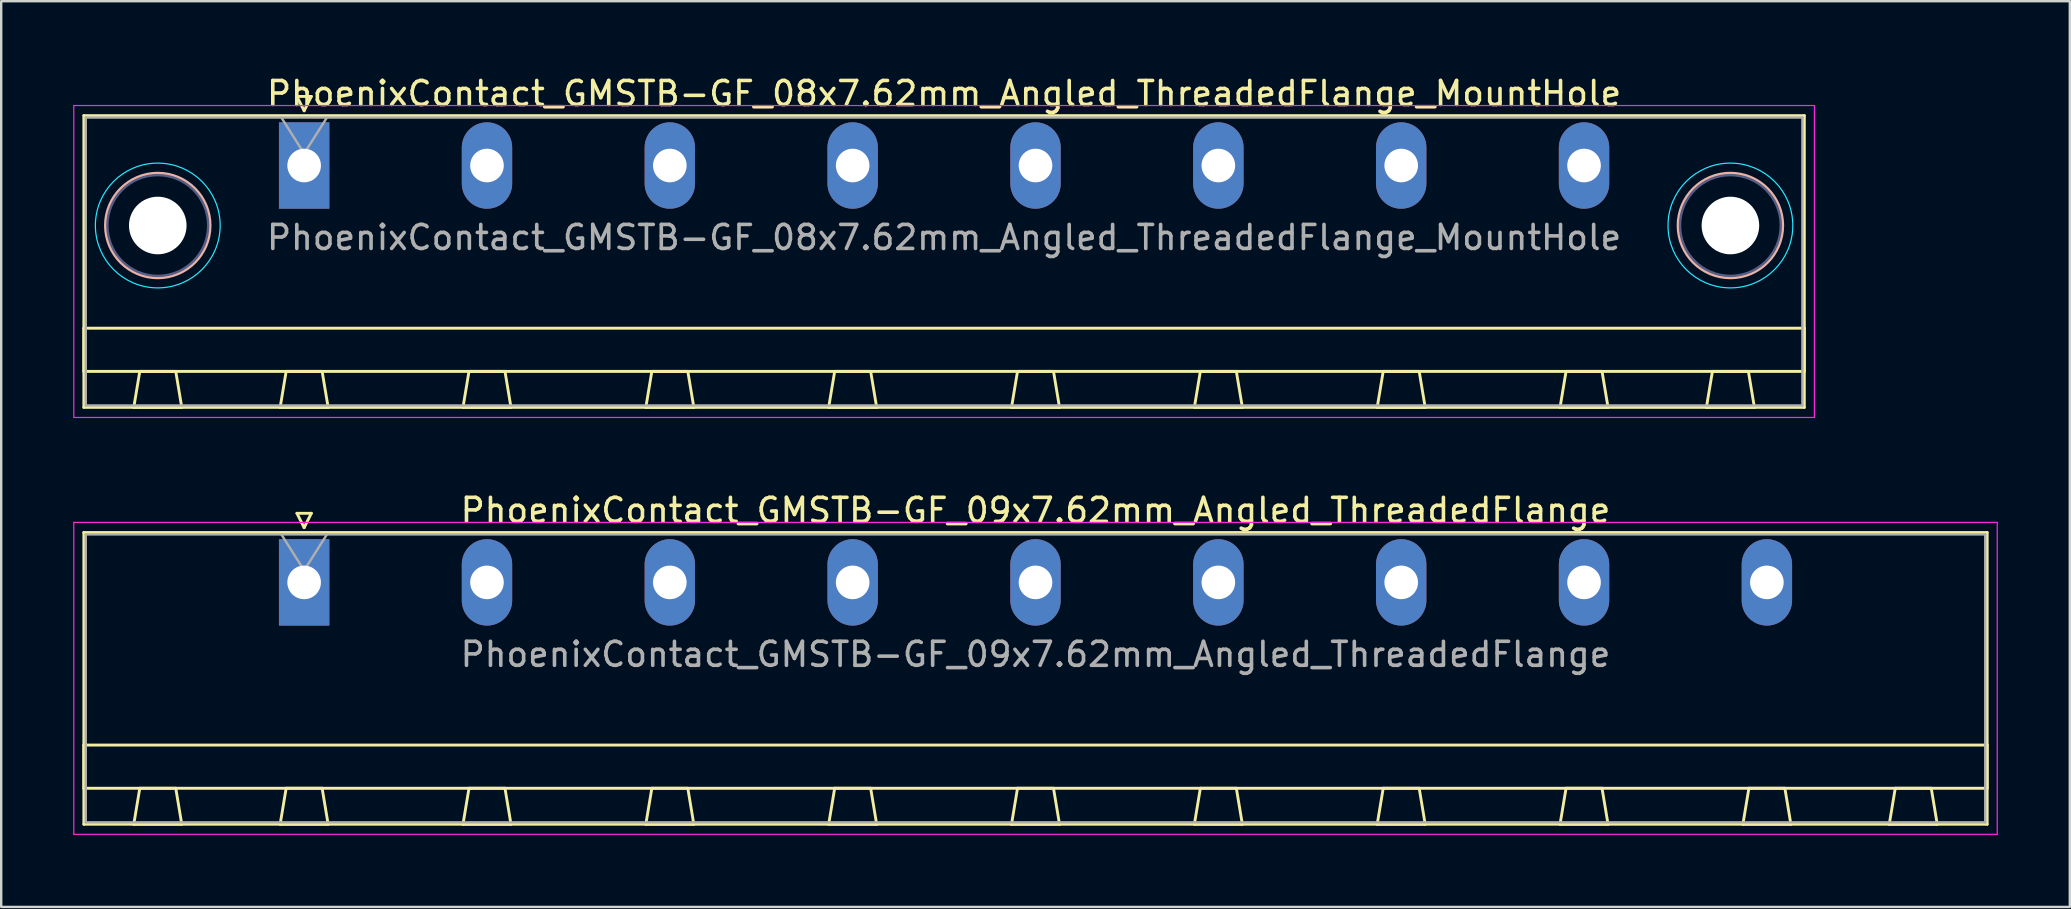
<source format=kicad_pcb>
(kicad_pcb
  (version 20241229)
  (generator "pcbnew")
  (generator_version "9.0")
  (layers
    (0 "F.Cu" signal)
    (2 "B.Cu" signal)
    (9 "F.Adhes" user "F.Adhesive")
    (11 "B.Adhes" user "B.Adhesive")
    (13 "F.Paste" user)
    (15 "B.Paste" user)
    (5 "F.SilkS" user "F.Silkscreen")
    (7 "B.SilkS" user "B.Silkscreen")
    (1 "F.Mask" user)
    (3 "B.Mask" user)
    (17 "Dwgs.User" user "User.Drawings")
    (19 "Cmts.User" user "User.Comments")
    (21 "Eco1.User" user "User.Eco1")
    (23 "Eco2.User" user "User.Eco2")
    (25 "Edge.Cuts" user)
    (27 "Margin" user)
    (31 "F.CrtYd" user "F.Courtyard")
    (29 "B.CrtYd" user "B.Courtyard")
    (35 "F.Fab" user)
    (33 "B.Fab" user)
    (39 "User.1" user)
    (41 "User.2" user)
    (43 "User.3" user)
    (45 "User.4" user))
  (footprint "PhoenixContact_GMSTB-GF_08x7.62mm_Angled_ThreadedFlange_MountHole"
    (layer "F.Cu")
    (at 9.625 3.848)
    (property "Reference" "PhoenixContact_GMSTB-GF_08x7.62mm_Angled_ThreadedFlange_MountHole" (at 26.67 -3 0) (layer "F.SilkS") (effects (font (size 1 1) (thickness 0.15))))
    (attr through_hole)
    (fp_line (start -9.18 -2.08) (end -9.18 10.08) (stroke (width 0.12) (type solid)) (layer "F.SilkS"))
    (fp_line (start -9.18 6.78) (end 62.52 6.78) (stroke (width 0.12) (type solid)) (layer "F.SilkS"))
    (fp_line (start -9.18 8.58) (end -9.18 6.78) (stroke (width 0.12) (type solid)) (layer "F.SilkS"))
    (fp_line (start -9.18 10.08) (end 62.52 10.08) (stroke (width 0.12) (type solid)) (layer "F.SilkS"))
    (fp_line (start -7.1 10.08) (end -5.1 10.08) (stroke (width 0.12) (type solid)) (layer "F.SilkS"))
    (fp_line (start -6.85 8.58) (end -7.1 10.08) (stroke (width 0.12) (type solid)) (layer "F.SilkS"))
    (fp_line (start -5.35 8.58) (end -6.85 8.58) (stroke (width 0.12) (type solid)) (layer "F.SilkS"))
    (fp_line (start -5.1 10.08) (end -5.35 8.58) (stroke (width 0.12) (type solid)) (layer "F.SilkS"))
    (fp_line (start -1 10.08) (end 1 10.08) (stroke (width 0.12) (type solid)) (layer "F.SilkS"))
    (fp_line (start -0.75 8.58) (end -1 10.08) (stroke (width 0.12) (type solid)) (layer "F.SilkS"))
    (fp_line (start -0.3 -2.88) (end 0.3 -2.88) (stroke (width 0.12) (type solid)) (layer "F.SilkS"))
    (fp_line (start 0 -2.28) (end -0.3 -2.88) (stroke (width 0.12) (type solid)) (layer "F.SilkS"))
    (fp_line (start 0.3 -2.88) (end 0 -2.28) (stroke (width 0.12) (type solid)) (layer "F.SilkS"))
    (fp_line (start 0.75 8.58) (end -0.75 8.58) (stroke (width 0.12) (type solid)) (layer "F.SilkS"))
    (fp_line (start 1 10.08) (end 0.75 8.58) (stroke (width 0.12) (type solid)) (layer "F.SilkS"))
    (fp_line (start 6.62 10.08) (end 8.62 10.08) (stroke (width 0.12) (type solid)) (layer "F.SilkS"))
    (fp_line (start 6.87 8.58) (end 6.62 10.08) (stroke (width 0.12) (type solid)) (layer "F.SilkS"))
    (fp_line (start 8.37 8.58) (end 6.87 8.58) (stroke (width 0.12) (type solid)) (layer "F.SilkS"))
    (fp_line (start 8.62 10.08) (end 8.37 8.58) (stroke (width 0.12) (type solid)) (layer "F.SilkS"))
    (fp_line (start 14.24 10.08) (end 16.24 10.08) (stroke (width 0.12) (type solid)) (layer "F.SilkS"))
    (fp_line (start 14.49 8.58) (end 14.24 10.08) (stroke (width 0.12) (type solid)) (layer "F.SilkS"))
    (fp_line (start 15.99 8.58) (end 14.49 8.58) (stroke (width 0.12) (type solid)) (layer "F.SilkS"))
    (fp_line (start 16.24 10.08) (end 15.99 8.58) (stroke (width 0.12) (type solid)) (layer "F.SilkS"))
    (fp_line (start 21.86 10.08) (end 23.86 10.08) (stroke (width 0.12) (type solid)) (layer "F.SilkS"))
    (fp_line (start 22.11 8.58) (end 21.86 10.08) (stroke (width 0.12) (type solid)) (layer "F.SilkS"))
    (fp_line (start 23.61 8.58) (end 22.11 8.58) (stroke (width 0.12) (type solid)) (layer "F.SilkS"))
    (fp_line (start 23.86 10.08) (end 23.61 8.58) (stroke (width 0.12) (type solid)) (layer "F.SilkS"))
    (fp_line (start 29.48 10.08) (end 31.48 10.08) (stroke (width 0.12) (type solid)) (layer "F.SilkS"))
    (fp_line (start 29.73 8.58) (end 29.48 10.08) (stroke (width 0.12) (type solid)) (layer "F.SilkS"))
    (fp_line (start 31.23 8.58) (end 29.73 8.58) (stroke (width 0.12) (type solid)) (layer "F.SilkS"))
    (fp_line (start 31.48 10.08) (end 31.23 8.58) (stroke (width 0.12) (type solid)) (layer "F.SilkS"))
    (fp_line (start 37.1 10.08) (end 39.1 10.08) (stroke (width 0.12) (type solid)) (layer "F.SilkS"))
    (fp_line (start 37.35 8.58) (end 37.1 10.08) (stroke (width 0.12) (type solid)) (layer "F.SilkS"))
    (fp_line (start 38.85 8.58) (end 37.35 8.58) (stroke (width 0.12) (type solid)) (layer "F.SilkS"))
    (fp_line (start 39.1 10.08) (end 38.85 8.58) (stroke (width 0.12) (type solid)) (layer "F.SilkS"))
    (fp_line (start 44.72 10.08) (end 46.72 10.08) (stroke (width 0.12) (type solid)) (layer "F.SilkS"))
    (fp_line (start 44.97 8.58) (end 44.72 10.08) (stroke (width 0.12) (type solid)) (layer "F.SilkS"))
    (fp_line (start 46.47 8.58) (end 44.97 8.58) (stroke (width 0.12) (type solid)) (layer "F.SilkS"))
    (fp_line (start 46.72 10.08) (end 46.47 8.58) (stroke (width 0.12) (type solid)) (layer "F.SilkS"))
    (fp_line (start 52.34 10.08) (end 54.34 10.08) (stroke (width 0.12) (type solid)) (layer "F.SilkS"))
    (fp_line (start 52.59 8.58) (end 52.34 10.08) (stroke (width 0.12) (type solid)) (layer "F.SilkS"))
    (fp_line (start 54.09 8.58) (end 52.59 8.58) (stroke (width 0.12) (type solid)) (layer "F.SilkS"))
    (fp_line (start 54.34 10.08) (end 54.09 8.58) (stroke (width 0.12) (type solid)) (layer "F.SilkS"))
    (fp_line (start 58.44 10.08) (end 60.44 10.08) (stroke (width 0.12) (type solid)) (layer "F.SilkS"))
    (fp_line (start 58.69 8.58) (end 58.44 10.08) (stroke (width 0.12) (type solid)) (layer "F.SilkS"))
    (fp_line (start 60.19 8.58) (end 58.69 8.58) (stroke (width 0.12) (type solid)) (layer "F.SilkS"))
    (fp_line (start 60.44 10.08) (end 60.19 8.58) (stroke (width 0.12) (type solid)) (layer "F.SilkS"))
    (fp_line (start 62.52 -2.08) (end -9.18 -2.08) (stroke (width 0.12) (type solid)) (layer "F.SilkS"))
    (fp_line (start 62.52 6.78) (end 62.52 8.58) (stroke (width 0.12) (type solid)) (layer "F.SilkS"))
    (fp_line (start 62.52 8.58) (end -9.18 8.58) (stroke (width 0.12) (type solid)) (layer "F.SilkS"))
    (fp_line (start 62.52 10.08) (end 62.52 -2.08) (stroke (width 0.12) (type solid)) (layer "F.SilkS"))
    (fp_circle (center -6.1 2.5) (end -3.92 2.5) (stroke (width 0.12) (type solid)) (fill no) (layer "B.SilkS"))
    (fp_circle (center 59.44 2.5) (end 61.62 2.5) (stroke (width 0.12) (type solid)) (fill no) (layer "B.SilkS"))
    (fp_circle (center -6.1 2.5) (end -3.5 2.5) (stroke (width 0.05) (type solid)) (fill no) (layer "B.CrtYd"))
    (fp_circle (center 59.44 2.5) (end 62.04 2.5) (stroke (width 0.05) (type solid)) (fill no) (layer "B.CrtYd"))
    (fp_line (start -9.6 -2.5) (end -9.6 10.5) (stroke (width 0.05) (type solid)) (layer "F.CrtYd"))
    (fp_line (start -9.6 10.5) (end 62.94 10.5) (stroke (width 0.05) (type solid)) (layer "F.CrtYd"))
    (fp_line (start 62.94 -2.5) (end -9.6 -2.5) (stroke (width 0.05) (type solid)) (layer "F.CrtYd"))
    (fp_line (start 62.94 10.5) (end 62.94 -2.5) (stroke (width 0.05) (type solid)) (layer "F.CrtYd"))
    (fp_circle (center -6.1 2.5) (end -4 2.5) (stroke (width 0.1) (type solid)) (fill no) (layer "B.Fab"))
    (fp_circle (center 59.44 2.5) (end 61.54 2.5) (stroke (width 0.1) (type solid)) (fill no) (layer "B.Fab"))
    (fp_line (start -9.1 -2) (end -9.1 10) (stroke (width 0.1) (type solid)) (layer "F.Fab"))
    (fp_line (start -9.1 10) (end 62.44 10) (stroke (width 0.1) (type solid)) (layer "F.Fab"))
    (fp_line (start 0 -0.5) (end -0.95 -2) (stroke (width 0.1) (type solid)) (layer "F.Fab"))
    (fp_line (start 0.95 -2) (end 0 -0.5) (stroke (width 0.1) (type solid)) (layer "F.Fab"))
    (fp_line (start 62.44 -2) (end -9.1 -2) (stroke (width 0.1) (type solid)) (layer "F.Fab"))
    (fp_line (start 62.44 10) (end 62.44 -2) (stroke (width 0.1) (type solid)) (layer "F.Fab"))
    (fp_text user "${REFERENCE}" (at 26.67 3 0) (layer "F.Fab") (effects (font (size 1 1) (thickness 0.15))))
    (pad "" np_thru_hole circle (at -6.1 2.5) (size 2.4 2.4) (drill 2.4) (layers "*.Cu" "*.Mask"))
    (pad "" np_thru_hole circle (at 59.44 2.5) (size 2.4 2.4) (drill 2.4) (layers "*.Cu" "*.Mask"))
    (pad "1" thru_hole rect (at 0 0) (size 2.1 3.6) (drill 1.4) (layers "*.Cu" "*.Mask"))
    (pad "2" thru_hole oval (at 7.62 0) (size 2.1 3.6) (drill 1.4) (layers "*.Cu" "*.Mask"))
    (pad "3" thru_hole oval (at 15.24 0) (size 2.1 3.6) (drill 1.4) (layers "*.Cu" "*.Mask"))
    (pad "4" thru_hole oval (at 22.86 0) (size 2.1 3.6) (drill 1.4) (layers "*.Cu" "*.Mask"))
    (pad "5" thru_hole oval (at 30.48 0) (size 2.1 3.6) (drill 1.4) (layers "*.Cu" "*.Mask"))
    (pad "6" thru_hole oval (at 38.1 0) (size 2.1 3.6) (drill 1.4) (layers "*.Cu" "*.Mask"))
    (pad "7" thru_hole oval (at 45.72 0) (size 2.1 3.6) (drill 1.4) (layers "*.Cu" "*.Mask"))
    (pad "8" thru_hole oval (at 53.34 0) (size 2.1 3.6) (drill 1.4) (layers "*.Cu" "*.Mask")))
  (footprint "PhoenixContact_GMSTB-GF_09x7.62mm_Angled_ThreadedFlange"
    (layer "F.Cu")
    (at 9.625 21.221)
    (property "Reference" "PhoenixContact_GMSTB-GF_09x7.62mm_Angled_ThreadedFlange" (at 30.48 -3 0) (layer "F.SilkS") (effects (font (size 1 1) (thickness 0.15))))
    (attr through_hole)
    (fp_line (start -9.18 -2.08) (end -9.18 10.08) (stroke (width 0.12) (type solid)) (layer "F.SilkS"))
    (fp_line (start -9.18 6.78) (end 70.14 6.78) (stroke (width 0.12) (type solid)) (layer "F.SilkS"))
    (fp_line (start -9.18 8.58) (end -9.18 6.78) (stroke (width 0.12) (type solid)) (layer "F.SilkS"))
    (fp_line (start -9.18 10.08) (end 70.14 10.08) (stroke (width 0.12) (type solid)) (layer "F.SilkS"))
    (fp_line (start -7.1 10.08) (end -5.1 10.08) (stroke (width 0.12) (type solid)) (layer "F.SilkS"))
    (fp_line (start -6.85 8.58) (end -7.1 10.08) (stroke (width 0.12) (type solid)) (layer "F.SilkS"))
    (fp_line (start -5.35 8.58) (end -6.85 8.58) (stroke (width 0.12) (type solid)) (layer "F.SilkS"))
    (fp_line (start -5.1 10.08) (end -5.35 8.58) (stroke (width 0.12) (type solid)) (layer "F.SilkS"))
    (fp_line (start -1 10.08) (end 1 10.08) (stroke (width 0.12) (type solid)) (layer "F.SilkS"))
    (fp_line (start -0.75 8.58) (end -1 10.08) (stroke (width 0.12) (type solid)) (layer "F.SilkS"))
    (fp_line (start -0.3 -2.88) (end 0.3 -2.88) (stroke (width 0.12) (type solid)) (layer "F.SilkS"))
    (fp_line (start 0 -2.28) (end -0.3 -2.88) (stroke (width 0.12) (type solid)) (layer "F.SilkS"))
    (fp_line (start 0.3 -2.88) (end 0 -2.28) (stroke (width 0.12) (type solid)) (layer "F.SilkS"))
    (fp_line (start 0.75 8.58) (end -0.75 8.58) (stroke (width 0.12) (type solid)) (layer "F.SilkS"))
    (fp_line (start 1 10.08) (end 0.75 8.58) (stroke (width 0.12) (type solid)) (layer "F.SilkS"))
    (fp_line (start 6.62 10.08) (end 8.62 10.08) (stroke (width 0.12) (type solid)) (layer "F.SilkS"))
    (fp_line (start 6.87 8.58) (end 6.62 10.08) (stroke (width 0.12) (type solid)) (layer "F.SilkS"))
    (fp_line (start 8.37 8.58) (end 6.87 8.58) (stroke (width 0.12) (type solid)) (layer "F.SilkS"))
    (fp_line (start 8.62 10.08) (end 8.37 8.58) (stroke (width 0.12) (type solid)) (layer "F.SilkS"))
    (fp_line (start 14.24 10.08) (end 16.24 10.08) (stroke (width 0.12) (type solid)) (layer "F.SilkS"))
    (fp_line (start 14.49 8.58) (end 14.24 10.08) (stroke (width 0.12) (type solid)) (layer "F.SilkS"))
    (fp_line (start 15.99 8.58) (end 14.49 8.58) (stroke (width 0.12) (type solid)) (layer "F.SilkS"))
    (fp_line (start 16.24 10.08) (end 15.99 8.58) (stroke (width 0.12) (type solid)) (layer "F.SilkS"))
    (fp_line (start 21.86 10.08) (end 23.86 10.08) (stroke (width 0.12) (type solid)) (layer "F.SilkS"))
    (fp_line (start 22.11 8.58) (end 21.86 10.08) (stroke (width 0.12) (type solid)) (layer "F.SilkS"))
    (fp_line (start 23.61 8.58) (end 22.11 8.58) (stroke (width 0.12) (type solid)) (layer "F.SilkS"))
    (fp_line (start 23.86 10.08) (end 23.61 8.58) (stroke (width 0.12) (type solid)) (layer "F.SilkS"))
    (fp_line (start 29.48 10.08) (end 31.48 10.08) (stroke (width 0.12) (type solid)) (layer "F.SilkS"))
    (fp_line (start 29.73 8.58) (end 29.48 10.08) (stroke (width 0.12) (type solid)) (layer "F.SilkS"))
    (fp_line (start 31.23 8.58) (end 29.73 8.58) (stroke (width 0.12) (type solid)) (layer "F.SilkS"))
    (fp_line (start 31.48 10.08) (end 31.23 8.58) (stroke (width 0.12) (type solid)) (layer "F.SilkS"))
    (fp_line (start 37.1 10.08) (end 39.1 10.08) (stroke (width 0.12) (type solid)) (layer "F.SilkS"))
    (fp_line (start 37.35 8.58) (end 37.1 10.08) (stroke (width 0.12) (type solid)) (layer "F.SilkS"))
    (fp_line (start 38.85 8.58) (end 37.35 8.58) (stroke (width 0.12) (type solid)) (layer "F.SilkS"))
    (fp_line (start 39.1 10.08) (end 38.85 8.58) (stroke (width 0.12) (type solid)) (layer "F.SilkS"))
    (fp_line (start 44.72 10.08) (end 46.72 10.08) (stroke (width 0.12) (type solid)) (layer "F.SilkS"))
    (fp_line (start 44.97 8.58) (end 44.72 10.08) (stroke (width 0.12) (type solid)) (layer "F.SilkS"))
    (fp_line (start 46.47 8.58) (end 44.97 8.58) (stroke (width 0.12) (type solid)) (layer "F.SilkS"))
    (fp_line (start 46.72 10.08) (end 46.47 8.58) (stroke (width 0.12) (type solid)) (layer "F.SilkS"))
    (fp_line (start 52.34 10.08) (end 54.34 10.08) (stroke (width 0.12) (type solid)) (layer "F.SilkS"))
    (fp_line (start 52.59 8.58) (end 52.34 10.08) (stroke (width 0.12) (type solid)) (layer "F.SilkS"))
    (fp_line (start 54.09 8.58) (end 52.59 8.58) (stroke (width 0.12) (type solid)) (layer "F.SilkS"))
    (fp_line (start 54.34 10.08) (end 54.09 8.58) (stroke (width 0.12) (type solid)) (layer "F.SilkS"))
    (fp_line (start 59.96 10.08) (end 61.96 10.08) (stroke (width 0.12) (type solid)) (layer "F.SilkS"))
    (fp_line (start 60.21 8.58) (end 59.96 10.08) (stroke (width 0.12) (type solid)) (layer "F.SilkS"))
    (fp_line (start 61.71 8.58) (end 60.21 8.58) (stroke (width 0.12) (type solid)) (layer "F.SilkS"))
    (fp_line (start 61.96 10.08) (end 61.71 8.58) (stroke (width 0.12) (type solid)) (layer "F.SilkS"))
    (fp_line (start 66.06 10.08) (end 68.06 10.08) (stroke (width 0.12) (type solid)) (layer "F.SilkS"))
    (fp_line (start 66.31 8.58) (end 66.06 10.08) (stroke (width 0.12) (type solid)) (layer "F.SilkS"))
    (fp_line (start 67.81 8.58) (end 66.31 8.58) (stroke (width 0.12) (type solid)) (layer "F.SilkS"))
    (fp_line (start 68.06 10.08) (end 67.81 8.58) (stroke (width 0.12) (type solid)) (layer "F.SilkS"))
    (fp_line (start 70.14 -2.08) (end -9.18 -2.08) (stroke (width 0.12) (type solid)) (layer "F.SilkS"))
    (fp_line (start 70.14 6.78) (end 70.14 8.58) (stroke (width 0.12) (type solid)) (layer "F.SilkS"))
    (fp_line (start 70.14 8.58) (end -9.18 8.58) (stroke (width 0.12) (type solid)) (layer "F.SilkS"))
    (fp_line (start 70.14 10.08) (end 70.14 -2.08) (stroke (width 0.12) (type solid)) (layer "F.SilkS"))
    (fp_line (start -9.6 -2.5) (end -9.6 10.5) (stroke (width 0.05) (type solid)) (layer "F.CrtYd"))
    (fp_line (start -9.6 10.5) (end 70.56 10.5) (stroke (width 0.05) (type solid)) (layer "F.CrtYd"))
    (fp_line (start 70.56 -2.5) (end -9.6 -2.5) (stroke (width 0.05) (type solid)) (layer "F.CrtYd"))
    (fp_line (start 70.56 10.5) (end 70.56 -2.5) (stroke (width 0.05) (type solid)) (layer "F.CrtYd"))
    (fp_line (start -9.1 -2) (end -9.1 10) (stroke (width 0.1) (type solid)) (layer "F.Fab"))
    (fp_line (start -9.1 10) (end 70.06 10) (stroke (width 0.1) (type solid)) (layer "F.Fab"))
    (fp_line (start 0 -0.5) (end -0.95 -2) (stroke (width 0.1) (type solid)) (layer "F.Fab"))
    (fp_line (start 0.95 -2) (end 0 -0.5) (stroke (width 0.1) (type solid)) (layer "F.Fab"))
    (fp_line (start 70.06 -2) (end -9.1 -2) (stroke (width 0.1) (type solid)) (layer "F.Fab"))
    (fp_line (start 70.06 10) (end 70.06 -2) (stroke (width 0.1) (type solid)) (layer "F.Fab"))
    (fp_text user "${REFERENCE}" (at 30.48 3 0) (layer "F.Fab") (effects (font (size 1 1) (thickness 0.15))))
    (pad "1" thru_hole rect (at 0 0) (size 2.1 3.6) (drill 1.4) (layers "*.Cu" "*.Mask"))
    (pad "2" thru_hole oval (at 7.62 0) (size 2.1 3.6) (drill 1.4) (layers "*.Cu" "*.Mask"))
    (pad "3" thru_hole oval (at 15.24 0) (size 2.1 3.6) (drill 1.4) (layers "*.Cu" "*.Mask"))
    (pad "4" thru_hole oval (at 22.86 0) (size 2.1 3.6) (drill 1.4) (layers "*.Cu" "*.Mask"))
    (pad "5" thru_hole oval (at 30.48 0) (size 2.1 3.6) (drill 1.4) (layers "*.Cu" "*.Mask"))
    (pad "6" thru_hole oval (at 38.1 0) (size 2.1 3.6) (drill 1.4) (layers "*.Cu" "*.Mask"))
    (pad "7" thru_hole oval (at 45.72 0) (size 2.1 3.6) (drill 1.4) (layers "*.Cu" "*.Mask"))
    (pad "8" thru_hole oval (at 53.34 0) (size 2.1 3.6) (drill 1.4) (layers "*.Cu" "*.Mask"))
    (pad "9" thru_hole oval (at 60.96 0) (size 2.1 3.6) (drill 1.4) (layers "*.Cu" "*.Mask")))
  (gr_rect
    (start -3 -3)
    (end 83.21 34.746)
    (stroke (width 0.1) (type default))
    (fill no)
    (layer "Edge.Cuts")))
</source>
